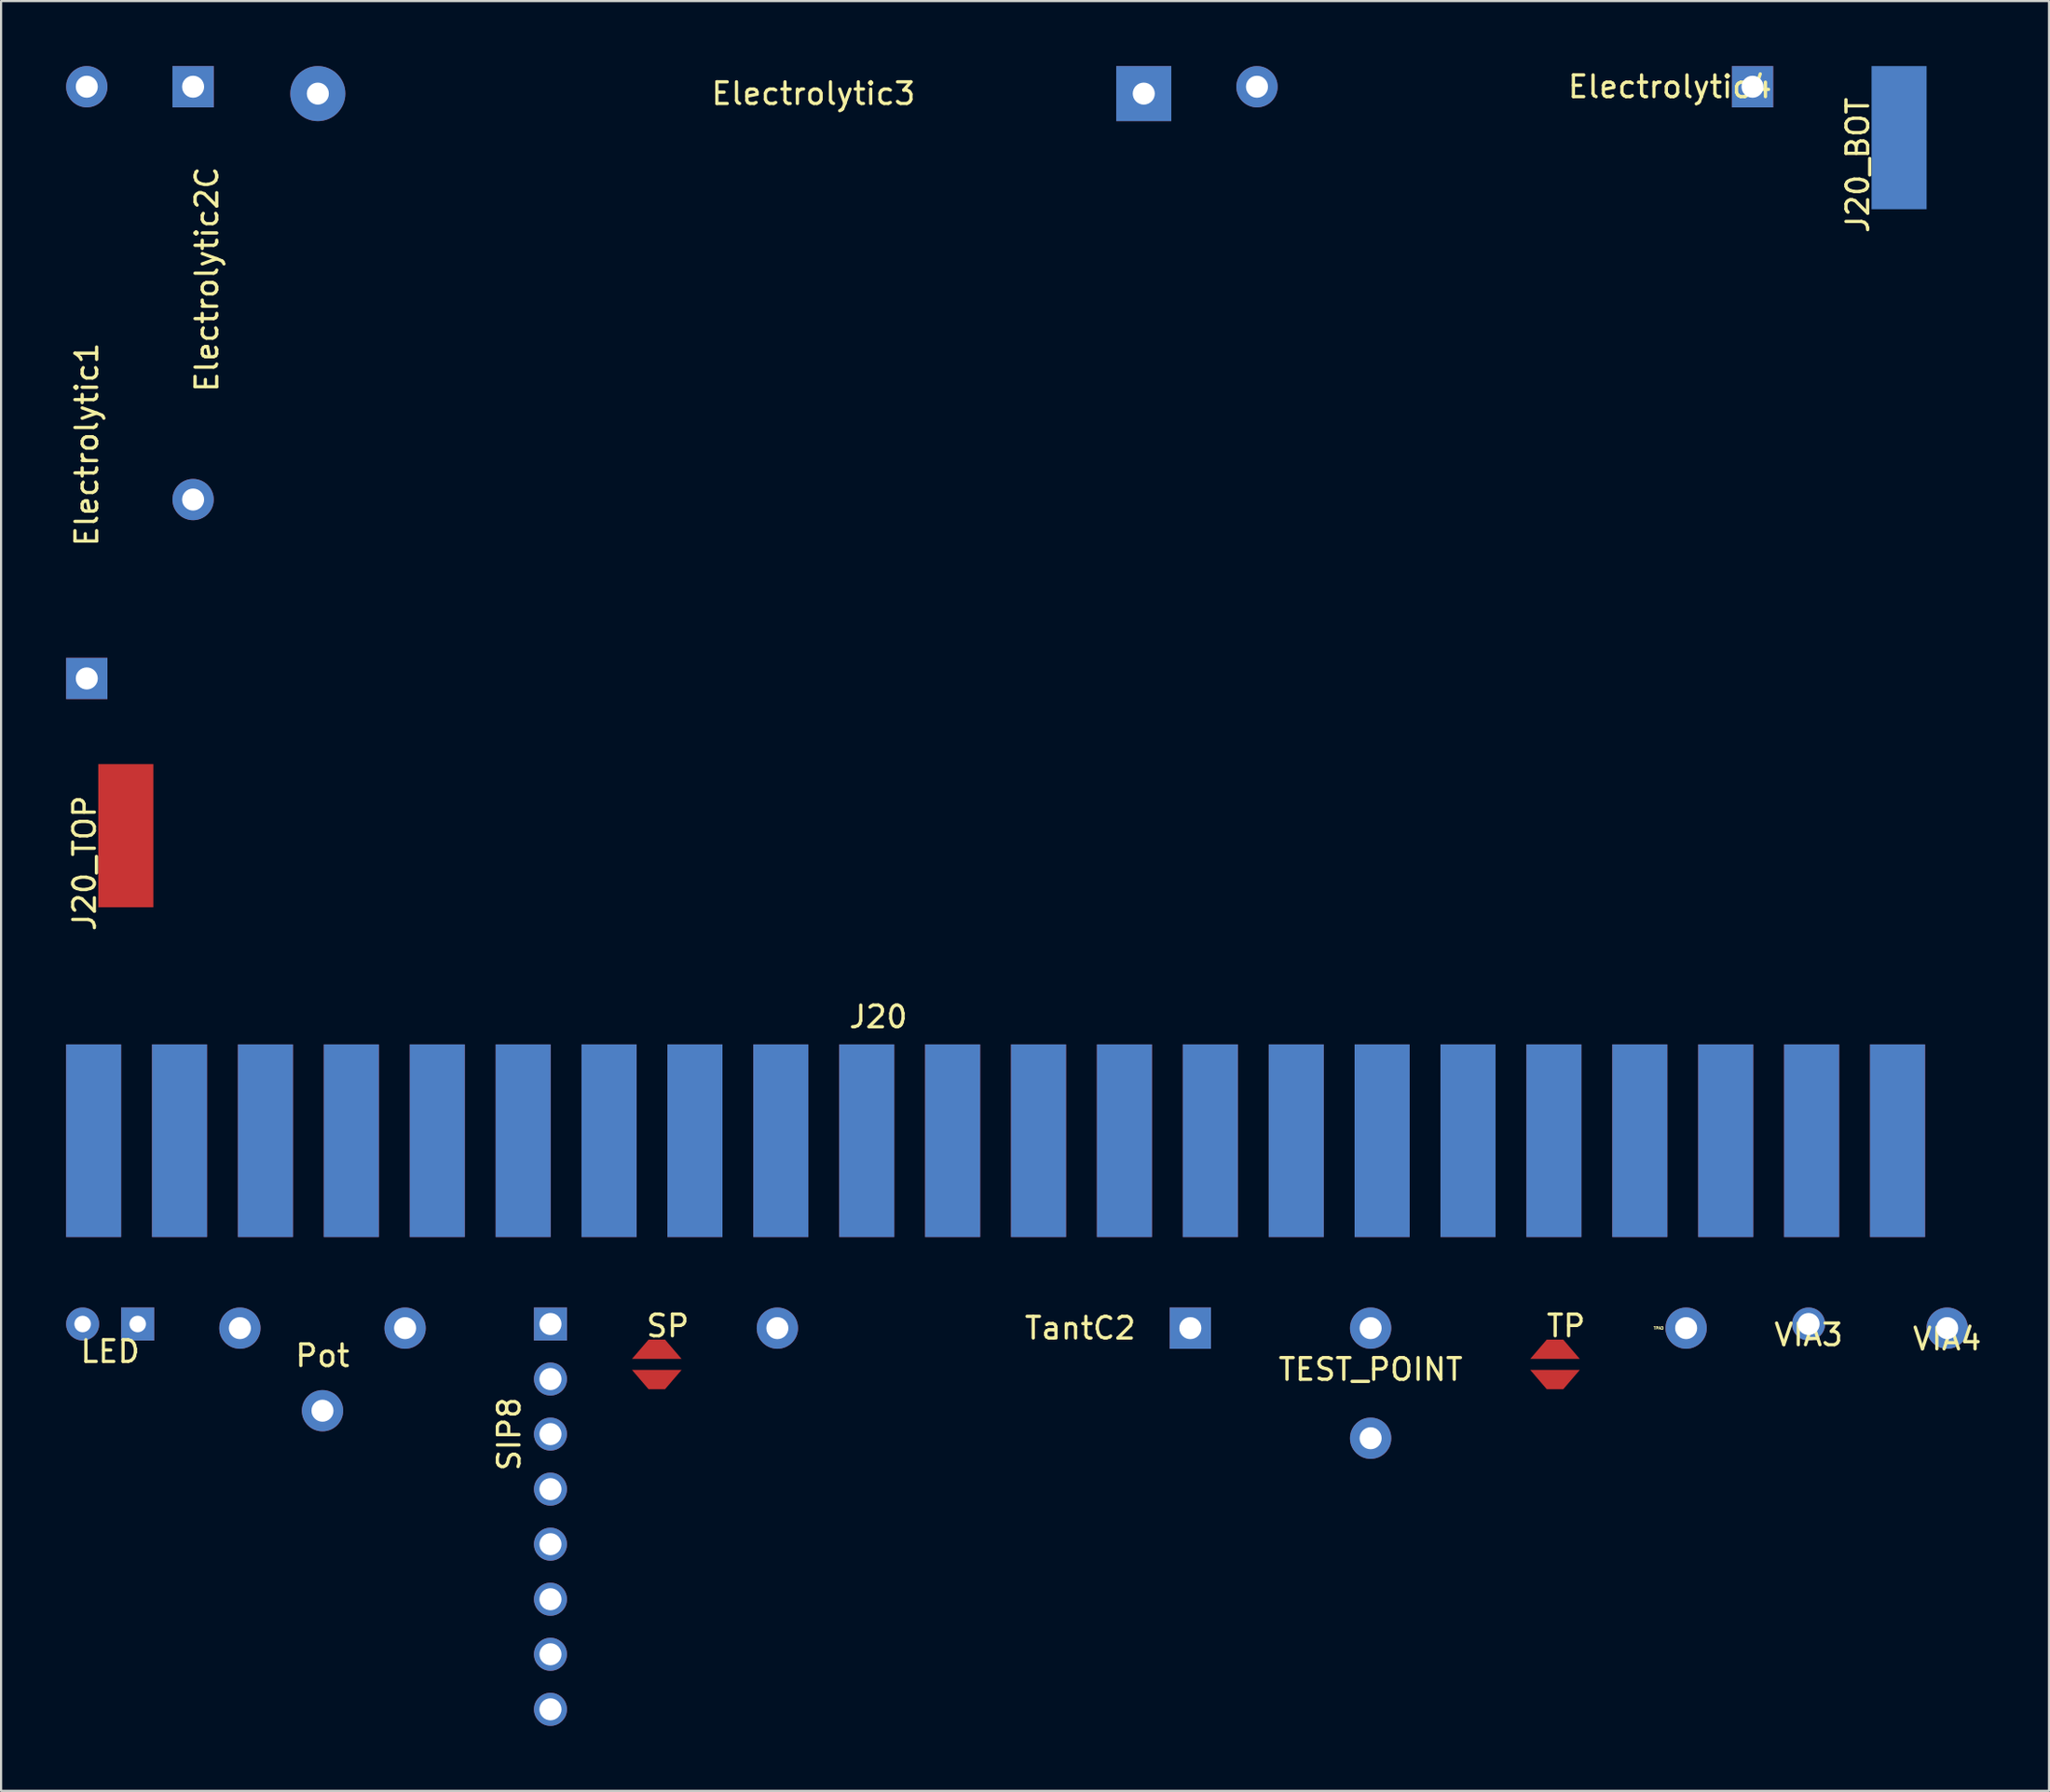
<source format=kicad_pcb>
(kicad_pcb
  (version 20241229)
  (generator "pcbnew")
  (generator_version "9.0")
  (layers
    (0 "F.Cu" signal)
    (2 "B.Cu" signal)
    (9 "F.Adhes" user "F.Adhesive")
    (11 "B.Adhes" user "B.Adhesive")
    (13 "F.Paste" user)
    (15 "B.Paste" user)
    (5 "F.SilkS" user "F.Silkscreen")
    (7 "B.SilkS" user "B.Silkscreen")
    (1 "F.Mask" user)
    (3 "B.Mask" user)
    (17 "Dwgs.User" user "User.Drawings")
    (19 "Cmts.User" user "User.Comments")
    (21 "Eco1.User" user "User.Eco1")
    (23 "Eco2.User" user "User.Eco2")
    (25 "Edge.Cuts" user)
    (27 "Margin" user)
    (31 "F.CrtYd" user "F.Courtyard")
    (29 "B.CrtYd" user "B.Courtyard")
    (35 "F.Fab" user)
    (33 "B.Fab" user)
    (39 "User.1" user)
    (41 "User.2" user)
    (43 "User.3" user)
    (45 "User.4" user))
  (footprint "TP"
    (layer "F.Cu")
    (at 68.681 59.911)
    (property "Reference" "TP" (at 0.508 -1.778 0) (layer "F.SilkS") (effects (font (size 1 1) (thickness 0.15))))
    (attr through_hole)
    (pad "1" smd trapezoid (at 0 -0.699) (size 1.524 0.889) (rect_delta 0 0.762) (layers "F.Cu" "F.Mask" "F.Paste"))
    (pad "2" smd trapezoid (at 0 0.699) (size 1.524 0.889) (rect_delta 0 -0.762) (layers "F.Cu" "F.Mask" "F.Paste")))
  (footprint "Electrolytic1"
    (layer "F.Cu")
    (at 0.953 13.652)
    (property "Reference" "Electrolytic1" (at 0 3.81 90) (layer "F.SilkS") (effects (font (size 1 1) (thickness 0.15))))
    (attr through_hole)
    (pad "1" thru_hole rect (at 0 14.605) (size 1.905 1.905) (drill 1.016) (layers "*.Cu" "*.Mask"))
    (pad "2" thru_hole circle (at 0 -12.7) (size 1.905 1.905) (drill 1.016) (layers "*.Cu" "*.Mask")))
  (footprint "SIP8"
    (layer "F.Cu")
    (at 22.342 66.936)
    (property "Reference" "SIP8" (at -1.905 -3.81 90) (layer "F.SilkS") (effects (font (size 1 1) (thickness 0.15))))
    (attr through_hole)
    (pad "1" thru_hole rect (at 0 -8.89) (size 1.524 1.524) (drill 1.016) (layers "*.Cu" "*.Mask"))
    (pad "2" thru_hole circle (at 0 -6.35) (size 1.524 1.524) (drill 1.016) (layers "*.Cu" "*.Mask"))
    (pad "3" thru_hole circle (at 0 -3.81) (size 1.524 1.524) (drill 1.016) (layers "*.Cu" "*.Mask"))
    (pad "4" thru_hole circle (at 0 -1.27) (size 1.524 1.524) (drill 1.016) (layers "*.Cu" "*.Mask"))
    (pad "5" thru_hole circle (at 0 1.27) (size 1.524 1.524) (drill 1.016) (layers "*.Cu" "*.Mask"))
    (pad "6" thru_hole circle (at 0 3.81) (size 1.524 1.524) (drill 1.016) (layers "*.Cu" "*.Mask"))
    (pad "7" thru_hole circle (at 0 6.35) (size 1.524 1.524) (drill 1.016) (layers "*.Cu" "*.Mask"))
    (pad "8" thru_hole circle (at 0 8.89) (size 1.524 1.524) (drill 1.016) (layers "*.Cu" "*.Mask")))
  (footprint "VIA4"
    (layer "F.Cu")
    (at 86.771 58.237)
    (property "Reference" "VIA4" (at 0 0.5 0) (layer "F.SilkS") (effects (font (size 1 1) (thickness 0.15))))
    (attr through_hole)
    (pad "1" thru_hole circle (at 0 0) (size 1.905 1.905) (drill 1.016) (layers "*.Cu" "*.Mask")))
  (footprint "J20"
    (layer "F.Cu")
    (at 1.27 54.034)
    (property "Reference" "J20" (at 36.195 -10.16 0) (layer "F.SilkS") (effects (font (size 1 1) (thickness 0.15))))
    (attr through_hole)
    (pad "1" smd rect (at 0 -4.445) (size 2.54 8.89) (layers "F.Mask" "B.Cu" "F.Paste"))
    (pad "2" smd rect (at 3.962 -4.445) (size 2.54 8.89) (layers "F.Mask" "B.Cu" "F.Paste"))
    (pad "3" smd rect (at 7.925 -4.445) (size 2.54 8.89) (layers "F.Mask" "B.Cu" "F.Paste"))
    (pad "4" smd rect (at 11.887 -4.445) (size 2.54 8.89) (layers "F.Mask" "B.Cu" "F.Paste"))
    (pad "5" smd rect (at 15.85 -4.445) (size 2.54 8.89) (layers "F.Mask" "B.Cu" "F.Paste"))
    (pad "6" smd rect (at 19.812 -4.445) (size 2.54 8.89) (layers "F.Mask" "B.Cu" "F.Paste"))
    (pad "7" smd rect (at 23.774 -4.445) (size 2.54 8.89) (layers "F.Mask" "B.Cu" "F.Paste"))
    (pad "8" smd rect (at 27.737 -4.445) (size 2.54 8.89) (layers "F.Mask" "B.Cu" "F.Paste"))
    (pad "9" smd rect (at 31.699 -4.445) (size 2.54 8.89) (layers "F.Mask" "B.Cu" "F.Paste"))
    (pad "10" smd rect (at 35.662 -4.445) (size 2.54 8.89) (layers "F.Mask" "B.Cu" "F.Paste"))
    (pad "11" smd rect (at 39.624 -4.445) (size 2.54 8.89) (layers "F.Mask" "B.Cu" "F.Paste"))
    (pad "12" smd rect (at 43.586 -4.445) (size 2.54 8.89) (layers "F.Mask" "B.Cu" "F.Paste"))
    (pad "13" smd rect (at 47.549 -4.445) (size 2.54 8.89) (layers "F.Mask" "B.Cu" "F.Paste"))
    (pad "14" smd rect (at 51.511 -4.445) (size 2.54 8.89) (layers "F.Mask" "B.Cu" "F.Paste"))
    (pad "15" smd rect (at 55.474 -4.445) (size 2.54 8.89) (layers "F.Mask" "B.Cu" "F.Paste"))
    (pad "16" smd rect (at 59.436 -4.445) (size 2.54 8.89) (layers "F.Mask" "B.Cu" "F.Paste"))
    (pad "17" smd rect (at 63.398 -4.445) (size 2.54 8.89) (layers "F.Mask" "B.Cu" "F.Paste"))
    (pad "18" smd rect (at 67.361 -4.445) (size 2.54 8.89) (layers "F.Mask" "B.Cu" "F.Paste"))
    (pad "19" smd rect (at 71.323 -4.445) (size 2.54 8.89) (layers "F.Mask" "B.Cu" "F.Paste"))
    (pad "20" smd rect (at 75.286 -4.445) (size 2.54 8.89) (layers "F.Mask" "B.Cu" "F.Paste"))
    (pad "21" smd rect (at 79.248 -4.445) (size 2.54 8.89) (layers "F.Mask" "B.Cu" "F.Paste"))
    (pad "22" smd rect (at 83.21 -4.445) (size 2.54 8.89) (layers "F.Mask" "B.Cu" "F.Paste"))
    (pad "A" smd rect (at 0 -4.445) (size 2.54 8.89) (layers "F.Cu" "F.Mask" "F.Paste"))
    (pad "B" smd rect (at 3.962 -4.445) (size 2.54 8.89) (layers "F.Cu" "F.Mask" "F.Paste"))
    (pad "C" smd rect (at 7.925 -4.445) (size 2.54 8.89) (layers "F.Cu" "F.Mask" "F.Paste"))
    (pad "D" smd rect (at 11.887 -4.445) (size 2.54 8.89) (layers "F.Cu" "F.Mask" "F.Paste"))
    (pad "E" smd rect (at 15.85 -4.445) (size 2.54 8.89) (layers "F.Cu" "F.Mask" "F.Paste"))
    (pad "F" smd rect (at 19.812 -4.445) (size 2.54 8.89) (layers "F.Cu" "F.Mask" "F.Paste"))
    (pad "H" smd rect (at 23.774 -4.445) (size 2.54 8.89) (layers "F.Cu" "F.Mask" "F.Paste"))
    (pad "J" smd rect (at 27.737 -4.445) (size 2.54 8.89) (layers "F.Cu" "F.Mask" "F.Paste"))
    (pad "K" smd rect (at 31.699 -4.445) (size 2.54 8.89) (layers "F.Cu" "F.Mask" "F.Paste"))
    (pad "L" smd rect (at 35.662 -4.445) (size 2.54 8.89) (layers "F.Cu" "F.Mask" "F.Paste"))
    (pad "M" smd rect (at 39.624 -4.445) (size 2.54 8.89) (layers "F.Cu" "F.Mask" "F.Paste"))
    (pad "N" smd rect (at 43.586 -4.445) (size 2.54 8.89) (layers "F.Cu" "F.Mask" "F.Paste"))
    (pad "P" smd rect (at 47.549 -4.445) (size 2.54 8.89) (layers "F.Cu" "F.Mask" "F.Paste"))
    (pad "R" smd rect (at 51.511 -4.445) (size 2.54 8.89) (layers "F.Cu" "F.Mask" "F.Paste"))
    (pad "S" smd rect (at 55.474 -4.445) (size 2.54 8.89) (layers "F.Cu" "F.Mask" "F.Paste"))
    (pad "T" smd rect (at 59.436 -4.445) (size 2.54 8.89) (layers "F.Cu" "F.Mask" "F.Paste"))
    (pad "U" smd rect (at 63.398 -4.445) (size 2.54 8.89) (layers "F.Cu" "F.Mask" "F.Paste"))
    (pad "V" smd rect (at 67.361 -4.445) (size 2.54 8.89) (layers "F.Cu" "F.Mask" "F.Paste"))
    (pad "W" smd rect (at 71.323 -4.445) (size 2.54 8.89) (layers "F.Cu" "F.Mask" "F.Paste"))
    (pad "X" smd rect (at 75.286 -4.445) (size 2.54 8.89) (layers "F.Cu" "F.Mask" "F.Paste"))
    (pad "Y" smd rect (at 79.248 -4.445) (size 2.54 8.89) (layers "F.Cu" "F.Mask" "F.Paste"))
    (pad "Z" smd rect (at 83.21 -4.445) (size 2.54 8.89) (layers "F.Cu" "F.Mask" "F.Paste")))
  (footprint "Pot"
    (layer "F.Cu")
    (at 11.826 58.237)
    (property "Reference" "Pot" (at 0 1.27 0) (layer "F.SilkS") (effects (font (size 1 1) (thickness 0.15))))
    (attr through_hole)
    (pad "1" thru_hole circle (at 3.81 0) (size 1.905 1.905) (drill 1.016) (layers "*.Cu" "*.Mask"))
    (pad "2" thru_hole circle (at 0 3.81) (size 1.905 1.905) (drill 1.016) (layers "*.Cu" "*.Mask"))
    (pad "3" thru_hole circle (at -3.81 0) (size 1.905 1.905) (drill 1.016) (layers "*.Cu" "*.Mask")))
  (footprint "Electrolytic2C"
    (layer "F.Cu")
    (at 5.857 9.842)
    (property "Reference" "Electrolytic2C" (at 0.635 0 90) (layer "F.SilkS") (effects (font (size 1 1) (thickness 0.15))))
    (attr through_hole)
    (pad "1" thru_hole circle (at 0 10.16) (size 1.905 1.905) (drill 1.016) (layers "*.Cu" "*.Mask"))
    (pad "2" thru_hole rect (at 0 -8.89) (size 1.905 1.905) (drill 1.016) (layers "*.Cu" "*.Mask")))
  (footprint "Electrolytic3"
    (layer "F.Cu")
    (at 30.661 1.27)
    (property "Reference" "Electrolytic3" (at 3.81 0 0) (layer "F.SilkS") (effects (font (size 1 1) (thickness 0.15))))
    (attr through_hole)
    (pad "1" thru_hole circle (at -19.05 0) (size 2.54 2.54) (drill 1.016) (layers "*.Cu" "*.Mask"))
    (pad "2" thru_hole rect (at 19.05 0) (size 2.54 2.54) (drill 1.016) (layers "*.Cu" "*.Mask")))
  (footprint "LED"
    (layer "F.Cu")
    (at 2.032 58.046)
    (property "Reference" "LED" (at 0 1.27 0) (layer "F.SilkS") (effects (font (size 1 1) (thickness 0.15))))
    (attr through_hole)
    (pad "1" thru_hole rect (at 1.27 0) (size 1.524 1.524) (drill 0.762) (layers "*.Cu" "*.Mask"))
    (pad "2" thru_hole circle (at -1.27 0) (size 1.524 1.524) (drill 0.762) (layers "*.Cu" "*.Mask")))
  (footprint "TPAD"
    (layer "F.Cu")
    (at 74.729 58.237)
    (property "Reference" "TPAD" (at -1.27 0 0) (layer "F.SilkS") (effects (font (size 0.127 0.127) (thickness 0.032))))
    (attr through_hole)
    (pad "1" thru_hole circle (at 0 0) (size 1.905 1.905) (drill 1.016) (layers "*.Cu" "*.Mask")))
  (footprint "VIA3"
    (layer "F.Cu")
    (at 80.378 58.046)
    (property "Reference" "VIA3" (at 0 0.5 0) (layer "F.SilkS") (effects (font (size 1 1) (thickness 0.15))))
    (attr through_hole)
    (pad "1" thru_hole circle (at 0 0) (size 1.524 1.524) (drill 1.016) (layers "*.Cu" "*.Mask")))
  (footprint "TEST_POINT"
    (layer "F.Cu")
    (at 60.175 60.777)
    (property "Reference" "TEST_POINT" (at 0 -0.635 180) (layer "F.SilkS") (effects (font (size 1 1) (thickness 0.15))))
    (attr through_hole)
    (pad "1" thru_hole circle (at 0 2.54) (size 1.905 1.905) (drill 1.016) (layers "*.Cu" "*.Mask"))
    (pad "2" thru_hole circle (at 0 -2.54) (size 1.905 1.905) (drill 1.016) (layers "*.Cu" "*.Mask")))
  (footprint "TantC2"
    (layer "F.Cu")
    (at 41.699 58.237)
    (property "Reference" "TantC2" (at 5.08 0 0) (layer "F.SilkS") (effects (font (size 1 1) (thickness 0.15))))
    (attr through_hole)
    (pad "1" thru_hole rect (at 10.16 0) (size 1.905 1.905) (drill 1.016) (layers "*.Cu" "*.Mask"))
    (pad "2" thru_hole circle (at -8.89 0) (size 1.905 1.905) (drill 1.016) (layers "*.Cu" "*.Mask")))
  (footprint "Electrolytic4"
    (layer "F.Cu")
    (at 66.363 0.953)
    (property "Reference" "Electrolytic4" (at 7.62 0 0) (layer "F.SilkS") (effects (font (size 1 1) (thickness 0.15))))
    (attr through_hole)
    (pad "1" thru_hole circle (at -11.43 0) (size 1.905 1.905) (drill 1.016) (layers "*.Cu" "*.Mask"))
    (pad "2" thru_hole rect (at 11.43 0) (size 1.905 1.905) (drill 1.016) (layers "*.Cu" "*.Mask")))
  (footprint "J20_BOT"
    (layer "F.Cu")
    (at 84.552 3.302)
    (property "Reference" "J20_BOT" (at -1.905 1.27 90) (layer "F.SilkS") (effects (font (size 1 1) (thickness 0.15))))
    (attr through_hole)
    (pad "1" smd rect (at 0 0) (size 2.54 6.604) (layers "F.Mask" "B.Cu" "F.Paste")))
  (footprint "J20_TOP"
    (layer "F.Cu")
    (at 2.753 35.512)
    (property "Reference" "J20_TOP" (at -1.905 1.27 90) (layer "F.SilkS") (effects (font (size 1 1) (thickness 0.15))))
    (attr through_hole)
    (pad "1" smd rect (at 0 0) (size 2.54 6.604) (layers "F.Cu" "F.Mask" "F.Paste")))
  (footprint "SP"
    (layer "F.Cu")
    (at 27.247 59.911)
    (property "Reference" "SP" (at 0.508 -1.778 0) (layer "F.SilkS") (effects (font (size 1 1) (thickness 0.15))))
    (attr through_hole)
    (pad "1" smd trapezoid (at 0 -0.699) (size 1.524 0.889) (rect_delta 0 0.762) (layers "F.Cu" "F.Mask" "F.Paste"))
    (pad "2" smd trapezoid (at 0 0.699) (size 1.524 0.889) (rect_delta 0 -0.762) (layers "F.Cu" "F.Mask" "F.Paste")))
  (gr_rect
    (start -3 -3)
    (end 91.468 79.588)
    (stroke (width 0.1) (type default))
    (fill no)
    (layer "Edge.Cuts")))
</source>
